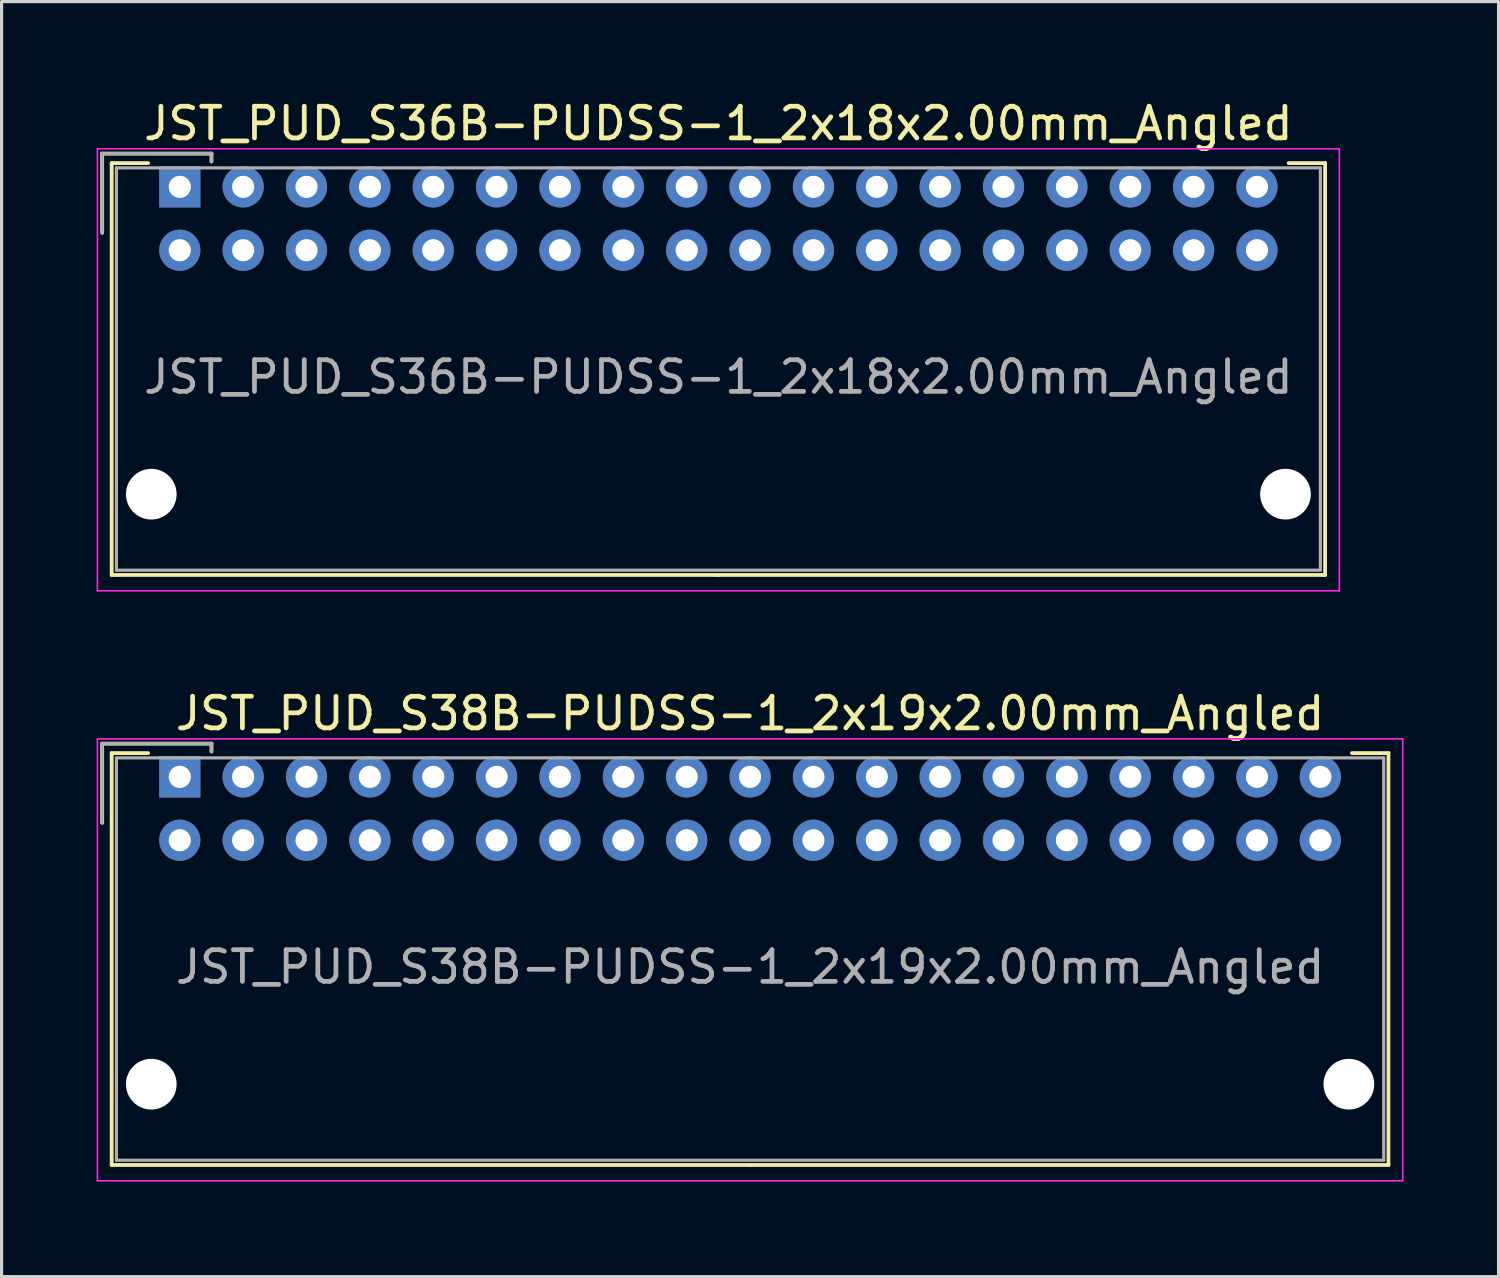
<source format=kicad_pcb>
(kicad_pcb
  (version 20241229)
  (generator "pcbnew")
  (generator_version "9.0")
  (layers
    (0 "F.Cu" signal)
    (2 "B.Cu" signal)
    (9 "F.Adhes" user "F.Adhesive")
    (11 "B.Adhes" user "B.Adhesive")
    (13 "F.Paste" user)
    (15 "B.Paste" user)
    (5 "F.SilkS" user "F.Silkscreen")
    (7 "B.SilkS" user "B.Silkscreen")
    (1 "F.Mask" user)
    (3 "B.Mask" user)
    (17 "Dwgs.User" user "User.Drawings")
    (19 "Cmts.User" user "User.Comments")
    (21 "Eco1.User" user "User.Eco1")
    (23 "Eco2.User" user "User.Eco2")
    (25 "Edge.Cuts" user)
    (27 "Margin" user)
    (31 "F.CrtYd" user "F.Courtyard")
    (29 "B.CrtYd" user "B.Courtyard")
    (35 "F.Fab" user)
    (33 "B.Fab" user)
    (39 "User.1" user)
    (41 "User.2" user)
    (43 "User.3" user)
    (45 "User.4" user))
  (footprint "JST_PUD_S38B-PUDSS-1_2x19x2.00mm_Angled"
    (layer "F.Cu")
    (at 2.625 21.471)
    (property "Reference" "JST_PUD_S38B-PUDSS-1_2x19x2.00mm_Angled" (at 18 -2 0) (layer "F.SilkS") (effects (font (size 1 1) (thickness 0.15))))
    (attr through_hole)
    (fp_line (start -2.45 -1.05) (end -2.45 1.45) (stroke (width 0.12) (type solid)) (layer "F.SilkS"))
    (fp_line (start -2.15 -0.75) (end -2.15 12.25) (stroke (width 0.12) (type solid)) (layer "F.SilkS"))
    (fp_line (start -2.15 12.25) (end 18 12.25) (stroke (width 0.12) (type solid)) (layer "F.SilkS"))
    (fp_line (start -1 -0.75) (end -2.15 -0.75) (stroke (width 0.12) (type solid)) (layer "F.SilkS"))
    (fp_line (start 1 -1.05) (end -2.45 -1.05) (stroke (width 0.12) (type solid)) (layer "F.SilkS"))
    (fp_line (start 1 -0.8) (end 1 -1.05) (stroke (width 0.12) (type solid)) (layer "F.SilkS"))
    (fp_line (start 37 -0.75) (end 38.15 -0.75) (stroke (width 0.12) (type solid)) (layer "F.SilkS"))
    (fp_line (start 38.15 -0.75) (end 38.15 12.25) (stroke (width 0.12) (type solid)) (layer "F.SilkS"))
    (fp_line (start 38.15 12.25) (end 18 12.25) (stroke (width 0.12) (type solid)) (layer "F.SilkS"))
    (fp_line (start -2.6 -1.2) (end -2.6 12.75) (stroke (width 0.05) (type solid)) (layer "F.CrtYd"))
    (fp_line (start -2.6 12.75) (end 38.6 12.75) (stroke (width 0.05) (type solid)) (layer "F.CrtYd"))
    (fp_line (start 38.6 -1.2) (end -2.6 -1.2) (stroke (width 0.05) (type solid)) (layer "F.CrtYd"))
    (fp_line (start 38.6 12.75) (end 38.6 -1.2) (stroke (width 0.05) (type solid)) (layer "F.CrtYd"))
    (fp_line (start -2.45 -1.05) (end -2.45 1.45) (stroke (width 0.1) (type solid)) (layer "F.Fab"))
    (fp_line (start -2 -0.6) (end -2 12.1) (stroke (width 0.1) (type solid)) (layer "F.Fab"))
    (fp_line (start -2 12.1) (end 38 12.1) (stroke (width 0.1) (type solid)) (layer "F.Fab"))
    (fp_line (start 1 -1.05) (end -2.45 -1.05) (stroke (width 0.1) (type solid)) (layer "F.Fab"))
    (fp_line (start 1 -0.8) (end 1 -1.05) (stroke (width 0.1) (type solid)) (layer "F.Fab"))
    (fp_line (start 38 -0.6) (end -2 -0.6) (stroke (width 0.1) (type solid)) (layer "F.Fab"))
    (fp_line (start 38 12.1) (end 38 -0.6) (stroke (width 0.1) (type solid)) (layer "F.Fab"))
    (fp_text user "${REFERENCE}" (at 18 6 0) (layer "F.Fab") (effects (font (size 1 1) (thickness 0.15))))
    (pad "" np_thru_hole circle (at -0.9 9.7) (size 1.6 1.6) (drill 1.6) (layers "*.Cu"))
    (pad "" np_thru_hole circle (at 36.9 9.7) (size 1.6 1.6) (drill 1.6) (layers "*.Cu"))
    (pad "1" thru_hole rect (at 0 0) (size 1.3 1.3) (drill 0.7) (layers "*.Cu" "*.Mask"))
    (pad "2" thru_hole circle (at 0 2) (size 1.3 1.3) (drill 0.7) (layers "*.Cu" "*.Mask"))
    (pad "3" thru_hole circle (at 2 0) (size 1.3 1.3) (drill 0.7) (layers "*.Cu" "*.Mask"))
    (pad "4" thru_hole circle (at 2 2) (size 1.3 1.3) (drill 0.7) (layers "*.Cu" "*.Mask"))
    (pad "5" thru_hole circle (at 4 0) (size 1.3 1.3) (drill 0.7) (layers "*.Cu" "*.Mask"))
    (pad "6" thru_hole circle (at 4 2) (size 1.3 1.3) (drill 0.7) (layers "*.Cu" "*.Mask"))
    (pad "7" thru_hole circle (at 6 0) (size 1.3 1.3) (drill 0.7) (layers "*.Cu" "*.Mask"))
    (pad "8" thru_hole circle (at 6 2) (size 1.3 1.3) (drill 0.7) (layers "*.Cu" "*.Mask"))
    (pad "9" thru_hole circle (at 8 0) (size 1.3 1.3) (drill 0.7) (layers "*.Cu" "*.Mask"))
    (pad "10" thru_hole circle (at 8 2) (size 1.3 1.3) (drill 0.7) (layers "*.Cu" "*.Mask"))
    (pad "11" thru_hole circle (at 10 0) (size 1.3 1.3) (drill 0.7) (layers "*.Cu" "*.Mask"))
    (pad "12" thru_hole circle (at 10 2) (size 1.3 1.3) (drill 0.7) (layers "*.Cu" "*.Mask"))
    (pad "13" thru_hole circle (at 12 0) (size 1.3 1.3) (drill 0.7) (layers "*.Cu" "*.Mask"))
    (pad "14" thru_hole circle (at 12 2) (size 1.3 1.3) (drill 0.7) (layers "*.Cu" "*.Mask"))
    (pad "15" thru_hole circle (at 14 0) (size 1.3 1.3) (drill 0.7) (layers "*.Cu" "*.Mask"))
    (pad "16" thru_hole circle (at 14 2) (size 1.3 1.3) (drill 0.7) (layers "*.Cu" "*.Mask"))
    (pad "17" thru_hole circle (at 16 0) (size 1.3 1.3) (drill 0.7) (layers "*.Cu" "*.Mask"))
    (pad "18" thru_hole circle (at 16 2) (size 1.3 1.3) (drill 0.7) (layers "*.Cu" "*.Mask"))
    (pad "19" thru_hole circle (at 18 0) (size 1.3 1.3) (drill 0.7) (layers "*.Cu" "*.Mask"))
    (pad "20" thru_hole circle (at 18 2) (size 1.3 1.3) (drill 0.7) (layers "*.Cu" "*.Mask"))
    (pad "21" thru_hole circle (at 20 0) (size 1.3 1.3) (drill 0.7) (layers "*.Cu" "*.Mask"))
    (pad "22" thru_hole circle (at 20 2) (size 1.3 1.3) (drill 0.7) (layers "*.Cu" "*.Mask"))
    (pad "23" thru_hole circle (at 22 0) (size 1.3 1.3) (drill 0.7) (layers "*.Cu" "*.Mask"))
    (pad "24" thru_hole circle (at 22 2) (size 1.3 1.3) (drill 0.7) (layers "*.Cu" "*.Mask"))
    (pad "25" thru_hole circle (at 24 0) (size 1.3 1.3) (drill 0.7) (layers "*.Cu" "*.Mask"))
    (pad "26" thru_hole circle (at 24 2) (size 1.3 1.3) (drill 0.7) (layers "*.Cu" "*.Mask"))
    (pad "27" thru_hole circle (at 26 0) (size 1.3 1.3) (drill 0.7) (layers "*.Cu" "*.Mask"))
    (pad "28" thru_hole circle (at 26 2) (size 1.3 1.3) (drill 0.7) (layers "*.Cu" "*.Mask"))
    (pad "29" thru_hole circle (at 28 0) (size 1.3 1.3) (drill 0.7) (layers "*.Cu" "*.Mask"))
    (pad "30" thru_hole circle (at 28 2) (size 1.3 1.3) (drill 0.7) (layers "*.Cu" "*.Mask"))
    (pad "31" thru_hole circle (at 30 0) (size 1.3 1.3) (drill 0.7) (layers "*.Cu" "*.Mask"))
    (pad "32" thru_hole circle (at 30 2) (size 1.3 1.3) (drill 0.7) (layers "*.Cu" "*.Mask"))
    (pad "33" thru_hole circle (at 32 0) (size 1.3 1.3) (drill 0.7) (layers "*.Cu" "*.Mask"))
    (pad "34" thru_hole circle (at 32 2) (size 1.3 1.3) (drill 0.7) (layers "*.Cu" "*.Mask"))
    (pad "35" thru_hole circle (at 34 0) (size 1.3 1.3) (drill 0.7) (layers "*.Cu" "*.Mask"))
    (pad "36" thru_hole circle (at 34 2) (size 1.3 1.3) (drill 0.7) (layers "*.Cu" "*.Mask"))
    (pad "37" thru_hole circle (at 36 0) (size 1.3 1.3) (drill 0.7) (layers "*.Cu" "*.Mask"))
    (pad "38" thru_hole circle (at 36 2) (size 1.3 1.3) (drill 0.7) (layers "*.Cu" "*.Mask")))
  (footprint "JST_PUD_S36B-PUDSS-1_2x18x2.00mm_Angled"
    (layer "F.Cu")
    (at 2.625 2.848)
    (property "Reference" "JST_PUD_S36B-PUDSS-1_2x18x2.00mm_Angled" (at 17 -2 0) (layer "F.SilkS") (effects (font (size 1 1) (thickness 0.15))))
    (attr through_hole)
    (fp_line (start -2.45 -1.05) (end -2.45 1.45) (stroke (width 0.12) (type solid)) (layer "F.SilkS"))
    (fp_line (start -2.15 -0.75) (end -2.15 12.25) (stroke (width 0.12) (type solid)) (layer "F.SilkS"))
    (fp_line (start -2.15 12.25) (end 17 12.25) (stroke (width 0.12) (type solid)) (layer "F.SilkS"))
    (fp_line (start -1 -0.75) (end -2.15 -0.75) (stroke (width 0.12) (type solid)) (layer "F.SilkS"))
    (fp_line (start 1 -1.05) (end -2.45 -1.05) (stroke (width 0.12) (type solid)) (layer "F.SilkS"))
    (fp_line (start 1 -0.8) (end 1 -1.05) (stroke (width 0.12) (type solid)) (layer "F.SilkS"))
    (fp_line (start 35 -0.75) (end 36.15 -0.75) (stroke (width 0.12) (type solid)) (layer "F.SilkS"))
    (fp_line (start 36.15 -0.75) (end 36.15 12.25) (stroke (width 0.12) (type solid)) (layer "F.SilkS"))
    (fp_line (start 36.15 12.25) (end 17 12.25) (stroke (width 0.12) (type solid)) (layer "F.SilkS"))
    (fp_line (start -2.6 -1.2) (end -2.6 12.75) (stroke (width 0.05) (type solid)) (layer "F.CrtYd"))
    (fp_line (start -2.6 12.75) (end 36.6 12.75) (stroke (width 0.05) (type solid)) (layer "F.CrtYd"))
    (fp_line (start 36.6 -1.2) (end -2.6 -1.2) (stroke (width 0.05) (type solid)) (layer "F.CrtYd"))
    (fp_line (start 36.6 12.75) (end 36.6 -1.2) (stroke (width 0.05) (type solid)) (layer "F.CrtYd"))
    (fp_line (start -2.45 -1.05) (end -2.45 1.45) (stroke (width 0.1) (type solid)) (layer "F.Fab"))
    (fp_line (start -2 -0.6) (end -2 12.1) (stroke (width 0.1) (type solid)) (layer "F.Fab"))
    (fp_line (start -2 12.1) (end 36 12.1) (stroke (width 0.1) (type solid)) (layer "F.Fab"))
    (fp_line (start 1 -1.05) (end -2.45 -1.05) (stroke (width 0.1) (type solid)) (layer "F.Fab"))
    (fp_line (start 1 -0.8) (end 1 -1.05) (stroke (width 0.1) (type solid)) (layer "F.Fab"))
    (fp_line (start 36 -0.6) (end -2 -0.6) (stroke (width 0.1) (type solid)) (layer "F.Fab"))
    (fp_line (start 36 12.1) (end 36 -0.6) (stroke (width 0.1) (type solid)) (layer "F.Fab"))
    (fp_text user "${REFERENCE}" (at 17 6 0) (layer "F.Fab") (effects (font (size 1 1) (thickness 0.15))))
    (pad "" np_thru_hole circle (at -0.9 9.7) (size 1.6 1.6) (drill 1.6) (layers "*.Cu"))
    (pad "" np_thru_hole circle (at 34.9 9.7) (size 1.6 1.6) (drill 1.6) (layers "*.Cu"))
    (pad "1" thru_hole rect (at 0 0) (size 1.3 1.3) (drill 0.7) (layers "*.Cu" "*.Mask"))
    (pad "2" thru_hole circle (at 0 2) (size 1.3 1.3) (drill 0.7) (layers "*.Cu" "*.Mask"))
    (pad "3" thru_hole circle (at 2 0) (size 1.3 1.3) (drill 0.7) (layers "*.Cu" "*.Mask"))
    (pad "4" thru_hole circle (at 2 2) (size 1.3 1.3) (drill 0.7) (layers "*.Cu" "*.Mask"))
    (pad "5" thru_hole circle (at 4 0) (size 1.3 1.3) (drill 0.7) (layers "*.Cu" "*.Mask"))
    (pad "6" thru_hole circle (at 4 2) (size 1.3 1.3) (drill 0.7) (layers "*.Cu" "*.Mask"))
    (pad "7" thru_hole circle (at 6 0) (size 1.3 1.3) (drill 0.7) (layers "*.Cu" "*.Mask"))
    (pad "8" thru_hole circle (at 6 2) (size 1.3 1.3) (drill 0.7) (layers "*.Cu" "*.Mask"))
    (pad "9" thru_hole circle (at 8 0) (size 1.3 1.3) (drill 0.7) (layers "*.Cu" "*.Mask"))
    (pad "10" thru_hole circle (at 8 2) (size 1.3 1.3) (drill 0.7) (layers "*.Cu" "*.Mask"))
    (pad "11" thru_hole circle (at 10 0) (size 1.3 1.3) (drill 0.7) (layers "*.Cu" "*.Mask"))
    (pad "12" thru_hole circle (at 10 2) (size 1.3 1.3) (drill 0.7) (layers "*.Cu" "*.Mask"))
    (pad "13" thru_hole circle (at 12 0) (size 1.3 1.3) (drill 0.7) (layers "*.Cu" "*.Mask"))
    (pad "14" thru_hole circle (at 12 2) (size 1.3 1.3) (drill 0.7) (layers "*.Cu" "*.Mask"))
    (pad "15" thru_hole circle (at 14 0) (size 1.3 1.3) (drill 0.7) (layers "*.Cu" "*.Mask"))
    (pad "16" thru_hole circle (at 14 2) (size 1.3 1.3) (drill 0.7) (layers "*.Cu" "*.Mask"))
    (pad "17" thru_hole circle (at 16 0) (size 1.3 1.3) (drill 0.7) (layers "*.Cu" "*.Mask"))
    (pad "18" thru_hole circle (at 16 2) (size 1.3 1.3) (drill 0.7) (layers "*.Cu" "*.Mask"))
    (pad "19" thru_hole circle (at 18 0) (size 1.3 1.3) (drill 0.7) (layers "*.Cu" "*.Mask"))
    (pad "20" thru_hole circle (at 18 2) (size 1.3 1.3) (drill 0.7) (layers "*.Cu" "*.Mask"))
    (pad "21" thru_hole circle (at 20 0) (size 1.3 1.3) (drill 0.7) (layers "*.Cu" "*.Mask"))
    (pad "22" thru_hole circle (at 20 2) (size 1.3 1.3) (drill 0.7) (layers "*.Cu" "*.Mask"))
    (pad "23" thru_hole circle (at 22 0) (size 1.3 1.3) (drill 0.7) (layers "*.Cu" "*.Mask"))
    (pad "24" thru_hole circle (at 22 2) (size 1.3 1.3) (drill 0.7) (layers "*.Cu" "*.Mask"))
    (pad "25" thru_hole circle (at 24 0) (size 1.3 1.3) (drill 0.7) (layers "*.Cu" "*.Mask"))
    (pad "26" thru_hole circle (at 24 2) (size 1.3 1.3) (drill 0.7) (layers "*.Cu" "*.Mask"))
    (pad "27" thru_hole circle (at 26 0) (size 1.3 1.3) (drill 0.7) (layers "*.Cu" "*.Mask"))
    (pad "28" thru_hole circle (at 26 2) (size 1.3 1.3) (drill 0.7) (layers "*.Cu" "*.Mask"))
    (pad "29" thru_hole circle (at 28 0) (size 1.3 1.3) (drill 0.7) (layers "*.Cu" "*.Mask"))
    (pad "30" thru_hole circle (at 28 2) (size 1.3 1.3) (drill 0.7) (layers "*.Cu" "*.Mask"))
    (pad "31" thru_hole circle (at 30 0) (size 1.3 1.3) (drill 0.7) (layers "*.Cu" "*.Mask"))
    (pad "32" thru_hole circle (at 30 2) (size 1.3 1.3) (drill 0.7) (layers "*.Cu" "*.Mask"))
    (pad "33" thru_hole circle (at 32 0) (size 1.3 1.3) (drill 0.7) (layers "*.Cu" "*.Mask"))
    (pad "34" thru_hole circle (at 32 2) (size 1.3 1.3) (drill 0.7) (layers "*.Cu" "*.Mask"))
    (pad "35" thru_hole circle (at 34 0) (size 1.3 1.3) (drill 0.7) (layers "*.Cu" "*.Mask"))
    (pad "36" thru_hole circle (at 34 2) (size 1.3 1.3) (drill 0.7) (layers "*.Cu" "*.Mask")))
  (gr_rect
    (start -3 -3)
    (end 44.25 37.246)
    (stroke (width 0.1) (type default))
    (fill no)
    (layer "Edge.Cuts")))
</source>
